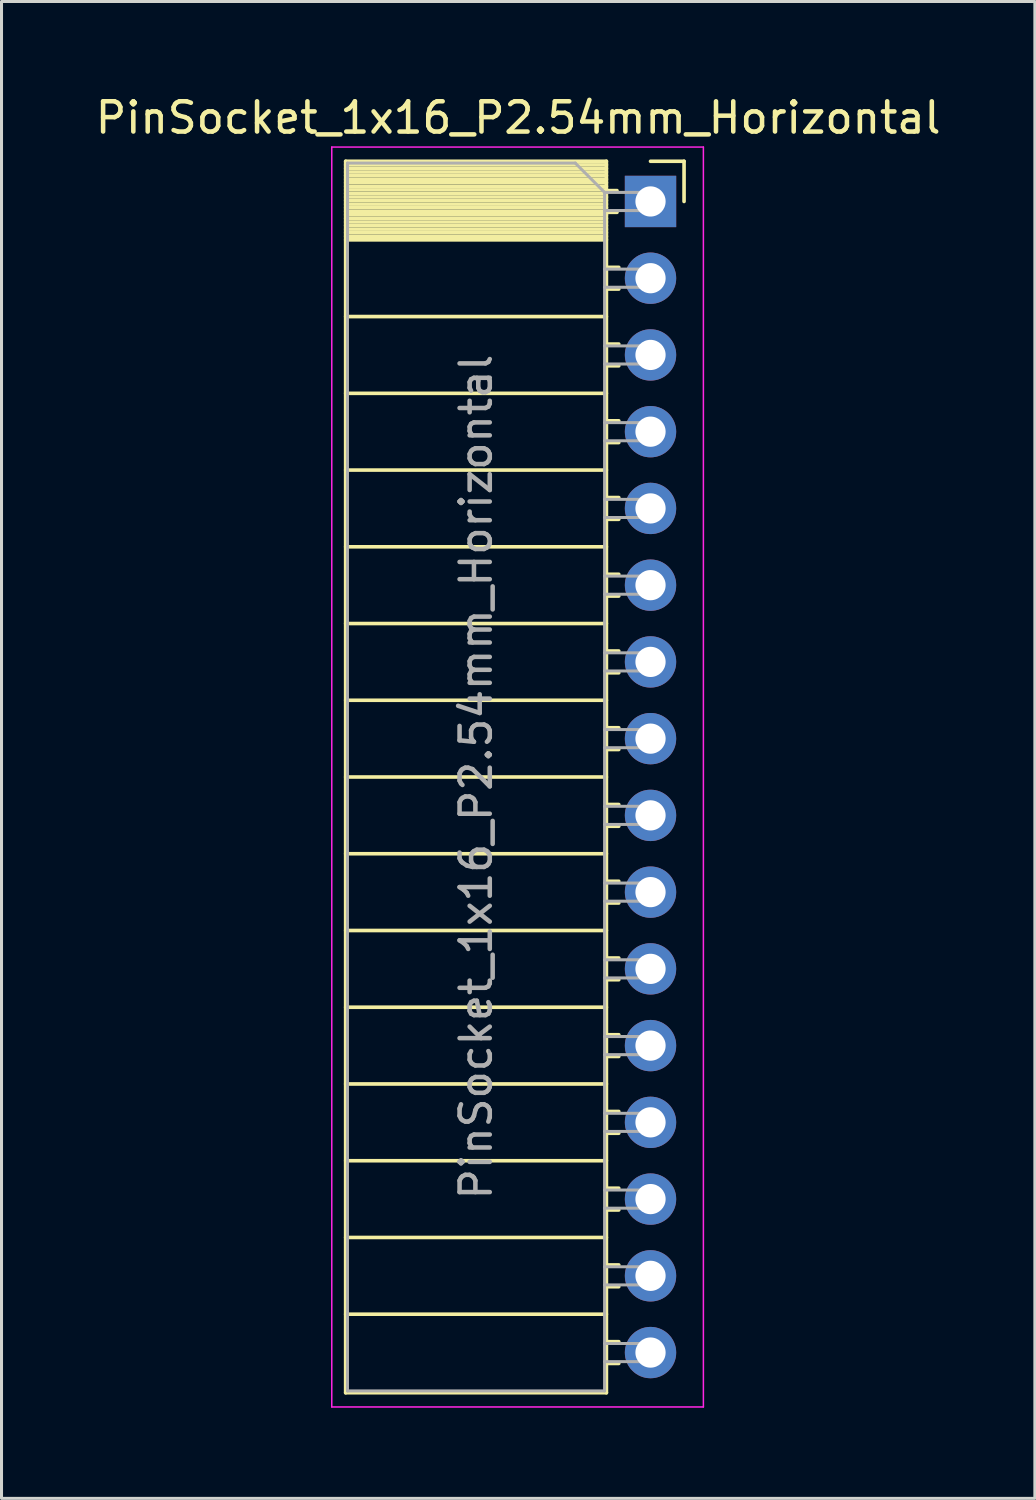
<source format=kicad_pcb>
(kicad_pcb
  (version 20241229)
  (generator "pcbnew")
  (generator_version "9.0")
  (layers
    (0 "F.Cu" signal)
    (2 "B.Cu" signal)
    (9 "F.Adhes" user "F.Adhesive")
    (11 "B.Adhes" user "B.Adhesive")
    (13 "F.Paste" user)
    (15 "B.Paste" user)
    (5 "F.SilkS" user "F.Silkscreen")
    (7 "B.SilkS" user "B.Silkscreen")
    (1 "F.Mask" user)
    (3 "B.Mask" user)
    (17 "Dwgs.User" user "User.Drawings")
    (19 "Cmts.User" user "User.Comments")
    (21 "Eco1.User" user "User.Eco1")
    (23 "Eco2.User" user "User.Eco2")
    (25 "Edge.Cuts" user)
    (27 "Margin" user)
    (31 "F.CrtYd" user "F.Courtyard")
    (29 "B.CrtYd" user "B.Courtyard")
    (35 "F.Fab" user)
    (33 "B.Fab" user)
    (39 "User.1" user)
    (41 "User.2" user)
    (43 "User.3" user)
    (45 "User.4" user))
  (footprint "PinSocket_1x16_P2.54mm_Horizontal"
    (layer "F.Cu")
    (at 18.481 3.618)
    (property "Reference" "PinSocket_1x16_P2.54mm_Horizontal" (at -4.38 -2.77 0) (layer "F.SilkS") (effects (font (size 1 1) (thickness 0.15))))
    (attr through_hole)
    (fp_line (start -10.09 -1.33) (end -10.09 39.43) (stroke (width 0.12) (type solid)) (layer "F.SilkS"))
    (fp_line (start -10.09 -1.33) (end -1.46 -1.33) (stroke (width 0.12) (type solid)) (layer "F.SilkS"))
    (fp_line (start -10.09 -1.21) (end -1.46 -1.21) (stroke (width 0.12) (type solid)) (layer "F.SilkS"))
    (fp_line (start -10.09 -1.092) (end -1.46 -1.092) (stroke (width 0.12) (type solid)) (layer "F.SilkS"))
    (fp_line (start -10.09 -0.974) (end -1.46 -0.974) (stroke (width 0.12) (type solid)) (layer "F.SilkS"))
    (fp_line (start -10.09 -0.856) (end -1.46 -0.856) (stroke (width 0.12) (type solid)) (layer "F.SilkS"))
    (fp_line (start -10.09 -0.738) (end -1.46 -0.738) (stroke (width 0.12) (type solid)) (layer "F.SilkS"))
    (fp_line (start -10.09 -0.62) (end -1.46 -0.62) (stroke (width 0.12) (type solid)) (layer "F.SilkS"))
    (fp_line (start -10.09 -0.501) (end -1.46 -0.501) (stroke (width 0.12) (type solid)) (layer "F.SilkS"))
    (fp_line (start -10.09 -0.383) (end -1.46 -0.383) (stroke (width 0.12) (type solid)) (layer "F.SilkS"))
    (fp_line (start -10.09 -0.265) (end -1.46 -0.265) (stroke (width 0.12) (type solid)) (layer "F.SilkS"))
    (fp_line (start -10.09 -0.147) (end -1.46 -0.147) (stroke (width 0.12) (type solid)) (layer "F.SilkS"))
    (fp_line (start -10.09 -0.029) (end -1.46 -0.029) (stroke (width 0.12) (type solid)) (layer "F.SilkS"))
    (fp_line (start -10.09 0.089) (end -1.46 0.089) (stroke (width 0.12) (type solid)) (layer "F.SilkS"))
    (fp_line (start -10.09 0.207) (end -1.46 0.207) (stroke (width 0.12) (type solid)) (layer "F.SilkS"))
    (fp_line (start -10.09 0.325) (end -1.46 0.325) (stroke (width 0.12) (type solid)) (layer "F.SilkS"))
    (fp_line (start -10.09 0.443) (end -1.46 0.443) (stroke (width 0.12) (type solid)) (layer "F.SilkS"))
    (fp_line (start -10.09 0.561) (end -1.46 0.561) (stroke (width 0.12) (type solid)) (layer "F.SilkS"))
    (fp_line (start -10.09 0.68) (end -1.46 0.68) (stroke (width 0.12) (type solid)) (layer "F.SilkS"))
    (fp_line (start -10.09 0.798) (end -1.46 0.798) (stroke (width 0.12) (type solid)) (layer "F.SilkS"))
    (fp_line (start -10.09 0.916) (end -1.46 0.916) (stroke (width 0.12) (type solid)) (layer "F.SilkS"))
    (fp_line (start -10.09 1.034) (end -1.46 1.034) (stroke (width 0.12) (type solid)) (layer "F.SilkS"))
    (fp_line (start -10.09 1.152) (end -1.46 1.152) (stroke (width 0.12) (type solid)) (layer "F.SilkS"))
    (fp_line (start -10.09 1.27) (end -1.46 1.27) (stroke (width 0.12) (type solid)) (layer "F.SilkS"))
    (fp_line (start -10.09 3.81) (end -1.46 3.81) (stroke (width 0.12) (type solid)) (layer "F.SilkS"))
    (fp_line (start -10.09 6.35) (end -1.46 6.35) (stroke (width 0.12) (type solid)) (layer "F.SilkS"))
    (fp_line (start -10.09 8.89) (end -1.46 8.89) (stroke (width 0.12) (type solid)) (layer "F.SilkS"))
    (fp_line (start -10.09 11.43) (end -1.46 11.43) (stroke (width 0.12) (type solid)) (layer "F.SilkS"))
    (fp_line (start -10.09 13.97) (end -1.46 13.97) (stroke (width 0.12) (type solid)) (layer "F.SilkS"))
    (fp_line (start -10.09 16.51) (end -1.46 16.51) (stroke (width 0.12) (type solid)) (layer "F.SilkS"))
    (fp_line (start -10.09 19.05) (end -1.46 19.05) (stroke (width 0.12) (type solid)) (layer "F.SilkS"))
    (fp_line (start -10.09 21.59) (end -1.46 21.59) (stroke (width 0.12) (type solid)) (layer "F.SilkS"))
    (fp_line (start -10.09 24.13) (end -1.46 24.13) (stroke (width 0.12) (type solid)) (layer "F.SilkS"))
    (fp_line (start -10.09 26.67) (end -1.46 26.67) (stroke (width 0.12) (type solid)) (layer "F.SilkS"))
    (fp_line (start -10.09 29.21) (end -1.46 29.21) (stroke (width 0.12) (type solid)) (layer "F.SilkS"))
    (fp_line (start -10.09 31.75) (end -1.46 31.75) (stroke (width 0.12) (type solid)) (layer "F.SilkS"))
    (fp_line (start -10.09 34.29) (end -1.46 34.29) (stroke (width 0.12) (type solid)) (layer "F.SilkS"))
    (fp_line (start -10.09 36.83) (end -1.46 36.83) (stroke (width 0.12) (type solid)) (layer "F.SilkS"))
    (fp_line (start -10.09 39.43) (end -1.46 39.43) (stroke (width 0.12) (type solid)) (layer "F.SilkS"))
    (fp_line (start -1.46 -1.33) (end -1.46 39.43) (stroke (width 0.12) (type solid)) (layer "F.SilkS"))
    (fp_line (start -1.46 -0.36) (end -1.11 -0.36) (stroke (width 0.12) (type solid)) (layer "F.SilkS"))
    (fp_line (start -1.46 0.36) (end -1.11 0.36) (stroke (width 0.12) (type solid)) (layer "F.SilkS"))
    (fp_line (start -1.46 2.18) (end -1.05 2.18) (stroke (width 0.12) (type solid)) (layer "F.SilkS"))
    (fp_line (start -1.46 2.9) (end -1.05 2.9) (stroke (width 0.12) (type solid)) (layer "F.SilkS"))
    (fp_line (start -1.46 4.72) (end -1.05 4.72) (stroke (width 0.12) (type solid)) (layer "F.SilkS"))
    (fp_line (start -1.46 5.44) (end -1.05 5.44) (stroke (width 0.12) (type solid)) (layer "F.SilkS"))
    (fp_line (start -1.46 7.26) (end -1.05 7.26) (stroke (width 0.12) (type solid)) (layer "F.SilkS"))
    (fp_line (start -1.46 7.98) (end -1.05 7.98) (stroke (width 0.12) (type solid)) (layer "F.SilkS"))
    (fp_line (start -1.46 9.8) (end -1.05 9.8) (stroke (width 0.12) (type solid)) (layer "F.SilkS"))
    (fp_line (start -1.46 10.52) (end -1.05 10.52) (stroke (width 0.12) (type solid)) (layer "F.SilkS"))
    (fp_line (start -1.46 12.34) (end -1.05 12.34) (stroke (width 0.12) (type solid)) (layer "F.SilkS"))
    (fp_line (start -1.46 13.06) (end -1.05 13.06) (stroke (width 0.12) (type solid)) (layer "F.SilkS"))
    (fp_line (start -1.46 14.88) (end -1.05 14.88) (stroke (width 0.12) (type solid)) (layer "F.SilkS"))
    (fp_line (start -1.46 15.6) (end -1.05 15.6) (stroke (width 0.12) (type solid)) (layer "F.SilkS"))
    (fp_line (start -1.46 17.42) (end -1.05 17.42) (stroke (width 0.12) (type solid)) (layer "F.SilkS"))
    (fp_line (start -1.46 18.14) (end -1.05 18.14) (stroke (width 0.12) (type solid)) (layer "F.SilkS"))
    (fp_line (start -1.46 19.96) (end -1.05 19.96) (stroke (width 0.12) (type solid)) (layer "F.SilkS"))
    (fp_line (start -1.46 20.68) (end -1.05 20.68) (stroke (width 0.12) (type solid)) (layer "F.SilkS"))
    (fp_line (start -1.46 22.5) (end -1.05 22.5) (stroke (width 0.12) (type solid)) (layer "F.SilkS"))
    (fp_line (start -1.46 23.22) (end -1.05 23.22) (stroke (width 0.12) (type solid)) (layer "F.SilkS"))
    (fp_line (start -1.46 25.04) (end -1.05 25.04) (stroke (width 0.12) (type solid)) (layer "F.SilkS"))
    (fp_line (start -1.46 25.76) (end -1.05 25.76) (stroke (width 0.12) (type solid)) (layer "F.SilkS"))
    (fp_line (start -1.46 27.58) (end -1.05 27.58) (stroke (width 0.12) (type solid)) (layer "F.SilkS"))
    (fp_line (start -1.46 28.3) (end -1.05 28.3) (stroke (width 0.12) (type solid)) (layer "F.SilkS"))
    (fp_line (start -1.46 30.12) (end -1.05 30.12) (stroke (width 0.12) (type solid)) (layer "F.SilkS"))
    (fp_line (start -1.46 30.84) (end -1.05 30.84) (stroke (width 0.12) (type solid)) (layer "F.SilkS"))
    (fp_line (start -1.46 32.66) (end -1.05 32.66) (stroke (width 0.12) (type solid)) (layer "F.SilkS"))
    (fp_line (start -1.46 33.38) (end -1.05 33.38) (stroke (width 0.12) (type solid)) (layer "F.SilkS"))
    (fp_line (start -1.46 35.2) (end -1.05 35.2) (stroke (width 0.12) (type solid)) (layer "F.SilkS"))
    (fp_line (start -1.46 35.92) (end -1.05 35.92) (stroke (width 0.12) (type solid)) (layer "F.SilkS"))
    (fp_line (start -1.46 37.74) (end -1.05 37.74) (stroke (width 0.12) (type solid)) (layer "F.SilkS"))
    (fp_line (start -1.46 38.46) (end -1.05 38.46) (stroke (width 0.12) (type solid)) (layer "F.SilkS"))
    (fp_line (start 0 -1.33) (end 1.11 -1.33) (stroke (width 0.12) (type solid)) (layer "F.SilkS"))
    (fp_line (start 1.11 -1.33) (end 1.11 0) (stroke (width 0.12) (type solid)) (layer "F.SilkS"))
    (fp_line (start -10.55 -1.8) (end -10.55 39.9) (stroke (width 0.05) (type solid)) (layer "F.CrtYd"))
    (fp_line (start -10.55 39.9) (end 1.75 39.9) (stroke (width 0.05) (type solid)) (layer "F.CrtYd"))
    (fp_line (start 1.75 -1.8) (end -10.55 -1.8) (stroke (width 0.05) (type solid)) (layer "F.CrtYd"))
    (fp_line (start 1.75 39.9) (end 1.75 -1.8) (stroke (width 0.05) (type solid)) (layer "F.CrtYd"))
    (fp_line (start -10.03 -1.27) (end -2.49 -1.27) (stroke (width 0.1) (type solid)) (layer "F.Fab"))
    (fp_line (start -10.03 39.37) (end -10.03 -1.27) (stroke (width 0.1) (type solid)) (layer "F.Fab"))
    (fp_line (start -2.49 -1.27) (end -1.52 -0.3) (stroke (width 0.1) (type solid)) (layer "F.Fab"))
    (fp_line (start -1.52 -0.3) (end -1.52 39.37) (stroke (width 0.1) (type solid)) (layer "F.Fab"))
    (fp_line (start -1.52 0.3) (end 0 0.3) (stroke (width 0.1) (type solid)) (layer "F.Fab"))
    (fp_line (start -1.52 2.84) (end 0 2.84) (stroke (width 0.1) (type solid)) (layer "F.Fab"))
    (fp_line (start -1.52 5.38) (end 0 5.38) (stroke (width 0.1) (type solid)) (layer "F.Fab"))
    (fp_line (start -1.52 7.92) (end 0 7.92) (stroke (width 0.1) (type solid)) (layer "F.Fab"))
    (fp_line (start -1.52 10.46) (end 0 10.46) (stroke (width 0.1) (type solid)) (layer "F.Fab"))
    (fp_line (start -1.52 13) (end 0 13) (stroke (width 0.1) (type solid)) (layer "F.Fab"))
    (fp_line (start -1.52 15.54) (end 0 15.54) (stroke (width 0.1) (type solid)) (layer "F.Fab"))
    (fp_line (start -1.52 18.08) (end 0 18.08) (stroke (width 0.1) (type solid)) (layer "F.Fab"))
    (fp_line (start -1.52 20.62) (end 0 20.62) (stroke (width 0.1) (type solid)) (layer "F.Fab"))
    (fp_line (start -1.52 23.16) (end 0 23.16) (stroke (width 0.1) (type solid)) (layer "F.Fab"))
    (fp_line (start -1.52 25.7) (end 0 25.7) (stroke (width 0.1) (type solid)) (layer "F.Fab"))
    (fp_line (start -1.52 28.24) (end 0 28.24) (stroke (width 0.1) (type solid)) (layer "F.Fab"))
    (fp_line (start -1.52 30.78) (end 0 30.78) (stroke (width 0.1) (type solid)) (layer "F.Fab"))
    (fp_line (start -1.52 33.32) (end 0 33.32) (stroke (width 0.1) (type solid)) (layer "F.Fab"))
    (fp_line (start -1.52 35.86) (end 0 35.86) (stroke (width 0.1) (type solid)) (layer "F.Fab"))
    (fp_line (start -1.52 38.4) (end 0 38.4) (stroke (width 0.1) (type solid)) (layer "F.Fab"))
    (fp_line (start -1.52 39.37) (end -10.03 39.37) (stroke (width 0.1) (type solid)) (layer "F.Fab"))
    (fp_line (start 0 -0.3) (end -1.52 -0.3) (stroke (width 0.1) (type solid)) (layer "F.Fab"))
    (fp_line (start 0 0.3) (end 0 -0.3) (stroke (width 0.1) (type solid)) (layer "F.Fab"))
    (fp_line (start 0 2.24) (end -1.52 2.24) (stroke (width 0.1) (type solid)) (layer "F.Fab"))
    (fp_line (start 0 2.84) (end 0 2.24) (stroke (width 0.1) (type solid)) (layer "F.Fab"))
    (fp_line (start 0 4.78) (end -1.52 4.78) (stroke (width 0.1) (type solid)) (layer "F.Fab"))
    (fp_line (start 0 5.38) (end 0 4.78) (stroke (width 0.1) (type solid)) (layer "F.Fab"))
    (fp_line (start 0 7.32) (end -1.52 7.32) (stroke (width 0.1) (type solid)) (layer "F.Fab"))
    (fp_line (start 0 7.92) (end 0 7.32) (stroke (width 0.1) (type solid)) (layer "F.Fab"))
    (fp_line (start 0 9.86) (end -1.52 9.86) (stroke (width 0.1) (type solid)) (layer "F.Fab"))
    (fp_line (start 0 10.46) (end 0 9.86) (stroke (width 0.1) (type solid)) (layer "F.Fab"))
    (fp_line (start 0 12.4) (end -1.52 12.4) (stroke (width 0.1) (type solid)) (layer "F.Fab"))
    (fp_line (start 0 13) (end 0 12.4) (stroke (width 0.1) (type solid)) (layer "F.Fab"))
    (fp_line (start 0 14.94) (end -1.52 14.94) (stroke (width 0.1) (type solid)) (layer "F.Fab"))
    (fp_line (start 0 15.54) (end 0 14.94) (stroke (width 0.1) (type solid)) (layer "F.Fab"))
    (fp_line (start 0 17.48) (end -1.52 17.48) (stroke (width 0.1) (type solid)) (layer "F.Fab"))
    (fp_line (start 0 18.08) (end 0 17.48) (stroke (width 0.1) (type solid)) (layer "F.Fab"))
    (fp_line (start 0 20.02) (end -1.52 20.02) (stroke (width 0.1) (type solid)) (layer "F.Fab"))
    (fp_line (start 0 20.62) (end 0 20.02) (stroke (width 0.1) (type solid)) (layer "F.Fab"))
    (fp_line (start 0 22.56) (end -1.52 22.56) (stroke (width 0.1) (type solid)) (layer "F.Fab"))
    (fp_line (start 0 23.16) (end 0 22.56) (stroke (width 0.1) (type solid)) (layer "F.Fab"))
    (fp_line (start 0 25.1) (end -1.52 25.1) (stroke (width 0.1) (type solid)) (layer "F.Fab"))
    (fp_line (start 0 25.7) (end 0 25.1) (stroke (width 0.1) (type solid)) (layer "F.Fab"))
    (fp_line (start 0 27.64) (end -1.52 27.64) (stroke (width 0.1) (type solid)) (layer "F.Fab"))
    (fp_line (start 0 28.24) (end 0 27.64) (stroke (width 0.1) (type solid)) (layer "F.Fab"))
    (fp_line (start 0 30.18) (end -1.52 30.18) (stroke (width 0.1) (type solid)) (layer "F.Fab"))
    (fp_line (start 0 30.78) (end 0 30.18) (stroke (width 0.1) (type solid)) (layer "F.Fab"))
    (fp_line (start 0 32.72) (end -1.52 32.72) (stroke (width 0.1) (type solid)) (layer "F.Fab"))
    (fp_line (start 0 33.32) (end 0 32.72) (stroke (width 0.1) (type solid)) (layer "F.Fab"))
    (fp_line (start 0 35.26) (end -1.52 35.26) (stroke (width 0.1) (type solid)) (layer "F.Fab"))
    (fp_line (start 0 35.86) (end 0 35.26) (stroke (width 0.1) (type solid)) (layer "F.Fab"))
    (fp_line (start 0 37.8) (end -1.52 37.8) (stroke (width 0.1) (type solid)) (layer "F.Fab"))
    (fp_line (start 0 38.4) (end 0 37.8) (stroke (width 0.1) (type solid)) (layer "F.Fab"))
    (fp_text user "${REFERENCE}" (at -5.775 19.05 90) (layer "F.Fab") (effects (font (size 1 1) (thickness 0.15))))
    (pad "1" thru_hole rect (at 0 0) (size 1.7 1.7) (drill 1) (layers "*.Cu" "*.Mask"))
    (pad "2" thru_hole oval (at 0 2.54) (size 1.7 1.7) (drill 1) (layers "*.Cu" "*.Mask"))
    (pad "3" thru_hole oval (at 0 5.08) (size 1.7 1.7) (drill 1) (layers "*.Cu" "*.Mask"))
    (pad "4" thru_hole oval (at 0 7.62) (size 1.7 1.7) (drill 1) (layers "*.Cu" "*.Mask"))
    (pad "5" thru_hole oval (at 0 10.16) (size 1.7 1.7) (drill 1) (layers "*.Cu" "*.Mask"))
    (pad "6" thru_hole oval (at 0 12.7) (size 1.7 1.7) (drill 1) (layers "*.Cu" "*.Mask"))
    (pad "7" thru_hole oval (at 0 15.24) (size 1.7 1.7) (drill 1) (layers "*.Cu" "*.Mask"))
    (pad "8" thru_hole oval (at 0 17.78) (size 1.7 1.7) (drill 1) (layers "*.Cu" "*.Mask"))
    (pad "9" thru_hole oval (at 0 20.32) (size 1.7 1.7) (drill 1) (layers "*.Cu" "*.Mask"))
    (pad "10" thru_hole oval (at 0 22.86) (size 1.7 1.7) (drill 1) (layers "*.Cu" "*.Mask"))
    (pad "11" thru_hole oval (at 0 25.4) (size 1.7 1.7) (drill 1) (layers "*.Cu" "*.Mask"))
    (pad "12" thru_hole oval (at 0 27.94) (size 1.7 1.7) (drill 1) (layers "*.Cu" "*.Mask"))
    (pad "13" thru_hole oval (at 0 30.48) (size 1.7 1.7) (drill 1) (layers "*.Cu" "*.Mask"))
    (pad "14" thru_hole oval (at 0 33.02) (size 1.7 1.7) (drill 1) (layers "*.Cu" "*.Mask"))
    (pad "15" thru_hole oval (at 0 35.56) (size 1.7 1.7) (drill 1) (layers "*.Cu" "*.Mask"))
    (pad "16" thru_hole oval (at 0 38.1) (size 1.7 1.7) (drill 1) (layers "*.Cu" "*.Mask")))
  (gr_rect
    (start -3 -3)
    (end 31.202 46.543)
    (stroke (width 0.1) (type default))
    (fill no)
    (layer "Edge.Cuts")))
</source>
